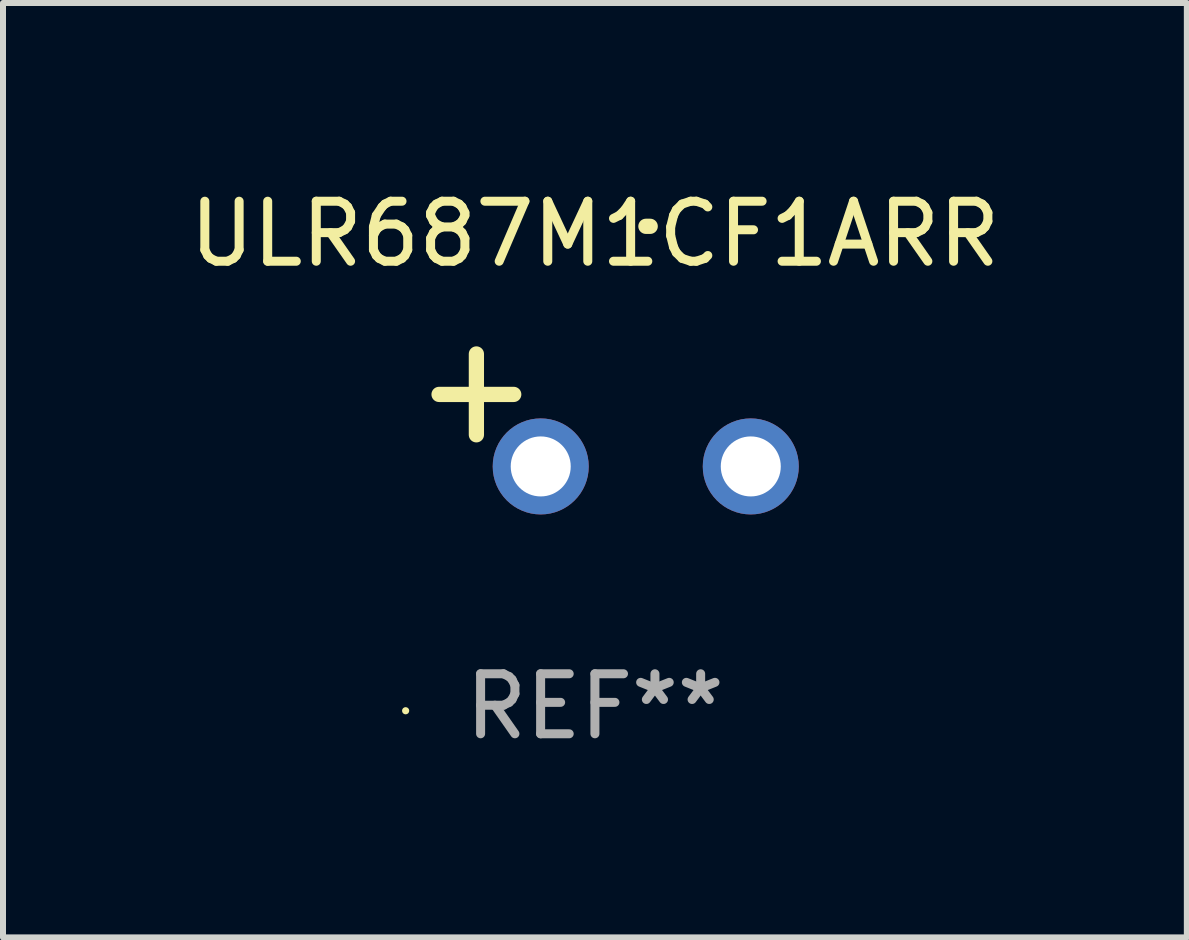
<source format=kicad_pcb>
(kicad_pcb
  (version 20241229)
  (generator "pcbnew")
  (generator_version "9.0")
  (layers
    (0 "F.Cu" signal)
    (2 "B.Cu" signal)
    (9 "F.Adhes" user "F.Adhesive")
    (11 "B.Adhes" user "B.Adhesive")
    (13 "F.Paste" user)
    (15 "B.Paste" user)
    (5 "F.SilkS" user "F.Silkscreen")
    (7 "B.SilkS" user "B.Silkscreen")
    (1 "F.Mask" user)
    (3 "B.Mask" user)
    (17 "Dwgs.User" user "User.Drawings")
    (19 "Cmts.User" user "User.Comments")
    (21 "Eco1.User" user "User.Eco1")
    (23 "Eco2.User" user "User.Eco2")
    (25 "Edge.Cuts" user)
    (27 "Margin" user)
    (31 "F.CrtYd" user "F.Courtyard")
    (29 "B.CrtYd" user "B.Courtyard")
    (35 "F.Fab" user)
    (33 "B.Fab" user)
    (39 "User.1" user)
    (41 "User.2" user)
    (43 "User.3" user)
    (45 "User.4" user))
  (footprint "ULR687M1CF1ARR"
    (layer "F.Cu")
    (at 6.863 3.785)
    (property "Reference" "ULR687M1CF1ARR" (at 0 -2.937 0) (layer "F.SilkS") (effects (font (size 1 1) (thickness 0.15))))
    (attr through_hole)
    (fp_line (start -1.975 0.41) (end -1.975 -0.937) (stroke (width 0.254) (type solid)) (layer "F.SilkS"))
    (fp_line (start -1.353 -0.263) (end -2.597 -0.263) (stroke (width 0.254) (type solid)) (layer "F.SilkS"))
    (fp_arc (start 0.849809 -3.063957) (mid 0.885369 -3.064114) (end 0.920929 -3.063957) (stroke (width 0.254001) (type solid)) (layer "F.SilkS"))
    (fp_circle (center -3.154 5.008) (end -3.124 5.008) (stroke (width 0.06) (type solid)) (fill no) (layer "F.SilkS"))
    (fp_text user "REF**" (at 0 4.937 0) (layer "F.Fab") (effects (font (size 1 1) (thickness 0.15))))
    (pad "1" thru_hole circle (at -0.903 0.937) (size 1.6 1.6) (drill 1) (layers "*.Cu" "*.Mask"))
    (pad "2" thru_hole circle (at 2.597 0.937) (size 1.6 1.6) (drill 1) (layers "*.Cu" "*.Mask")))
  (gr_rect
    (start -3 -3)
    (end 16.726 12.57)
    (stroke (width 0.1) (type default))
    (fill no)
    (layer "Edge.Cuts")))
</source>
